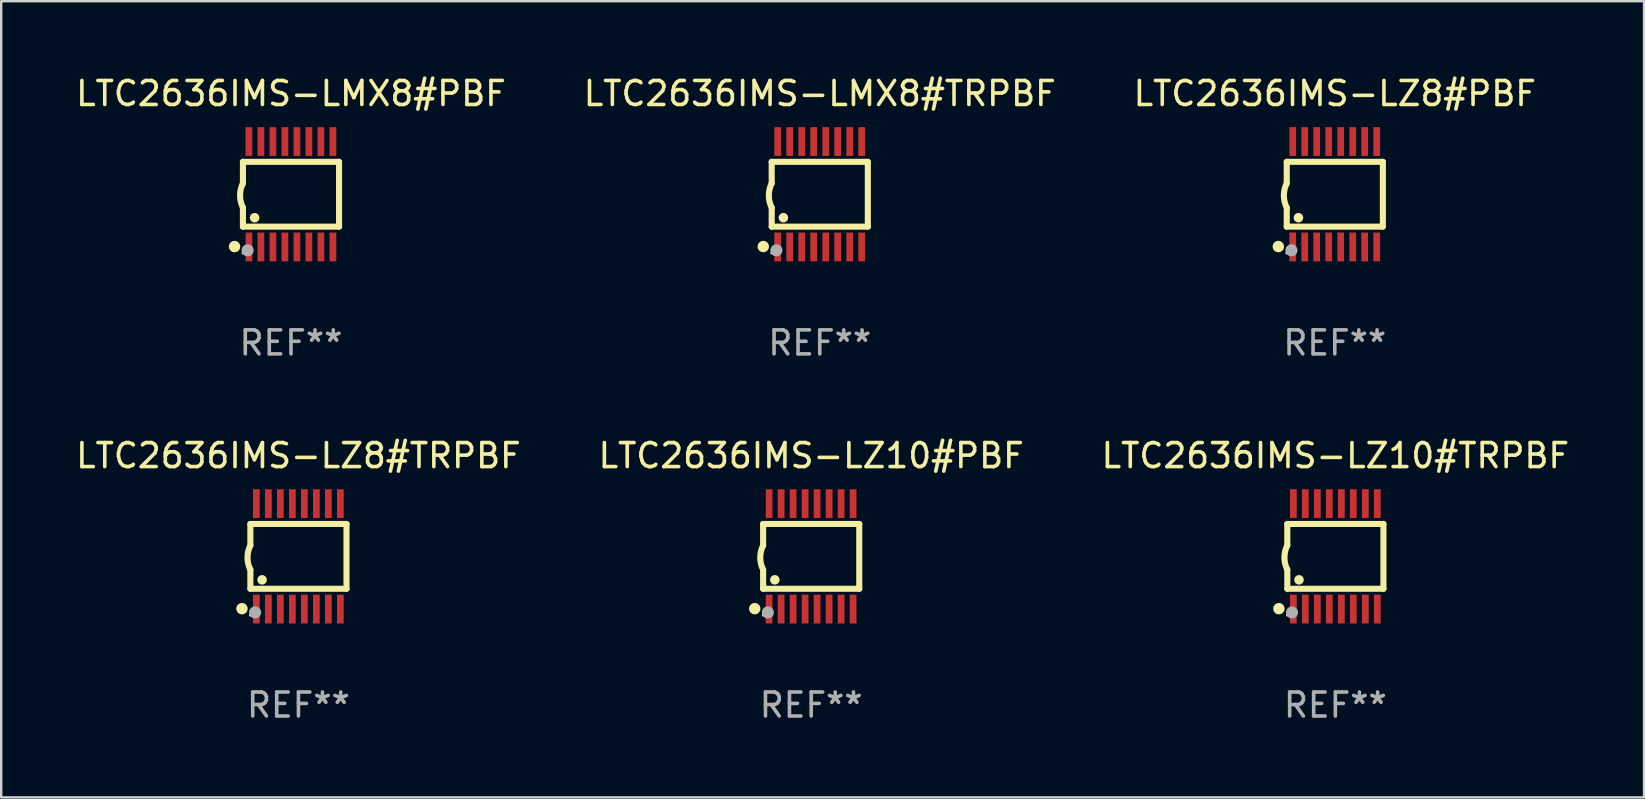
<source format=kicad_pcb>
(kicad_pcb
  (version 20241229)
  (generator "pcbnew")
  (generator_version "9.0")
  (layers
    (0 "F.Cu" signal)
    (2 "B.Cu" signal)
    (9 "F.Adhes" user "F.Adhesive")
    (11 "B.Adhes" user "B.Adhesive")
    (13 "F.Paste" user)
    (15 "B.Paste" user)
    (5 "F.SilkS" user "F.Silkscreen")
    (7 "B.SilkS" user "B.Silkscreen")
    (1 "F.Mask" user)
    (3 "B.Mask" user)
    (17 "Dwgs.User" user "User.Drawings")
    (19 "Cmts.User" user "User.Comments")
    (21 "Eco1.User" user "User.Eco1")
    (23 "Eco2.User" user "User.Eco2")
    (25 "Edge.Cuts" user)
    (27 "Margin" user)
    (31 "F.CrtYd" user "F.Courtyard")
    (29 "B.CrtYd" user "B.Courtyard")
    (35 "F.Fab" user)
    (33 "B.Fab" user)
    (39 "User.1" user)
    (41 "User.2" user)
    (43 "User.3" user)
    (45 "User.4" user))
  (footprint "LTC2636IMS-LMX8#PBF"
    (layer "F.Cu")
    (at 9.077 5.045)
    (property "Reference" "LTC2636IMS-LMX8#PBF" (at 0 -4.197 0) (layer "F.SilkS") (effects (font (size 1 1) (thickness 0.15))))
    (attr through_hole)
    (fp_line (start -2.003 -1.35) (end -2.003 -0.457) (stroke (width 0.254) (type solid)) (layer "F.SilkS"))
    (fp_line (start -2.003 -1.35) (end 2.003 -1.35) (stroke (width 0.254) (type solid)) (layer "F.SilkS"))
    (fp_line (start -2.003 1.35) (end -2.003 0.559) (stroke (width 0.254) (type solid)) (layer "F.SilkS"))
    (fp_line (start -2.003 1.35) (end 2.003 1.35) (stroke (width 0.254) (type solid)) (layer "F.SilkS"))
    (fp_line (start 2.003 -1.35) (end 2.003 1.35) (stroke (width 0.254) (type solid)) (layer "F.SilkS"))
    (fp_arc (start -2.002286 0.558802) (mid -2.122556 0.05092) (end -2.003302 -0.457201) (stroke (width 0.254001) (type solid)) (layer "F.SilkS"))
    (fp_circle (center -2.353 2.18) (end -2.233 2.18) (stroke (width 0.24) (type solid)) (fill no) (layer "F.SilkS"))
    (fp_circle (center -2.003 2.45) (end -1.973 2.45) (stroke (width 0.06) (type solid)) (fill no) (layer "F.SilkS"))
    (fp_circle (center -1.515 0.978) (end -1.415 0.978) (stroke (width 0.2) (type solid)) (fill no) (layer "F.SilkS"))
    (fp_circle (center -1.807 2.337) (end -1.68 2.337) (stroke (width 0.254) (type solid)) (fill no) (layer "F.Fab"))
    (fp_text user "REF**" (at 0 6.197 0) (layer "F.Fab") (effects (font (size 1 1) (thickness 0.15))))
    (pad "1" smd rect (at -1.753 2.197 90) (size 1.2 0.28) (layers "F.Cu" "F.Mask" "F.Paste"))
    (pad "2" smd rect (at -1.253 2.197 90) (size 1.2 0.28) (layers "F.Cu" "F.Mask" "F.Paste"))
    (pad "3" smd rect (at -0.753 2.197 90) (size 1.2 0.28) (layers "F.Cu" "F.Mask" "F.Paste"))
    (pad "4" smd rect (at -0.253 2.197 90) (size 1.2 0.28) (layers "F.Cu" "F.Mask" "F.Paste"))
    (pad "5" smd rect (at 0.247 2.197 90) (size 1.2 0.28) (layers "F.Cu" "F.Mask" "F.Paste"))
    (pad "6" smd rect (at 0.747 2.197 90) (size 1.2 0.28) (layers "F.Cu" "F.Mask" "F.Paste"))
    (pad "7" smd rect (at 1.247 2.197 90) (size 1.2 0.28) (layers "F.Cu" "F.Mask" "F.Paste"))
    (pad "8" smd rect (at 1.747 2.197 90) (size 1.2 0.28) (layers "F.Cu" "F.Mask" "F.Paste"))
    (pad "9" smd rect (at 1.747 -2.197 90) (size 1.2 0.28) (layers "F.Cu" "F.Mask" "F.Paste"))
    (pad "10" smd rect (at 1.247 -2.197 90) (size 1.2 0.28) (layers "F.Cu" "F.Mask" "F.Paste"))
    (pad "11" smd rect (at 0.747 -2.197 90) (size 1.2 0.28) (layers "F.Cu" "F.Mask" "F.Paste"))
    (pad "12" smd rect (at 0.247 -2.197 90) (size 1.2 0.28) (layers "F.Cu" "F.Mask" "F.Paste"))
    (pad "13" smd rect (at -0.253 -2.197 90) (size 1.2 0.28) (layers "F.Cu" "F.Mask" "F.Paste"))
    (pad "14" smd rect (at -0.753 -2.197 90) (size 1.2 0.28) (layers "F.Cu" "F.Mask" "F.Paste"))
    (pad "15" smd rect (at -1.253 -2.197 90) (size 1.2 0.28) (layers "F.Cu" "F.Mask" "F.Paste"))
    (pad "16" smd rect (at -1.753 -2.197 90) (size 1.2 0.28) (layers "F.Cu" "F.Mask" "F.Paste")))
  (footprint "LTC2636IMS-LZ8#PBF"
    (layer "F.Cu")
    (at 52.577 5.045)
    (property "Reference" "LTC2636IMS-LZ8#PBF" (at 0 -4.197 0) (layer "F.SilkS") (effects (font (size 1 1) (thickness 0.15))))
    (attr through_hole)
    (fp_line (start -2.003 -1.35) (end -2.003 -0.457) (stroke (width 0.254) (type solid)) (layer "F.SilkS"))
    (fp_line (start -2.003 -1.35) (end 2.003 -1.35) (stroke (width 0.254) (type solid)) (layer "F.SilkS"))
    (fp_line (start -2.003 1.35) (end -2.003 0.559) (stroke (width 0.254) (type solid)) (layer "F.SilkS"))
    (fp_line (start -2.003 1.35) (end 2.003 1.35) (stroke (width 0.254) (type solid)) (layer "F.SilkS"))
    (fp_line (start 2.003 -1.35) (end 2.003 1.35) (stroke (width 0.254) (type solid)) (layer "F.SilkS"))
    (fp_arc (start -2.002286 0.558802) (mid -2.122556 0.05092) (end -2.003302 -0.457201) (stroke (width 0.254001) (type solid)) (layer "F.SilkS"))
    (fp_circle (center -2.353 2.18) (end -2.233 2.18) (stroke (width 0.24) (type solid)) (fill no) (layer "F.SilkS"))
    (fp_circle (center -2.003 2.45) (end -1.973 2.45) (stroke (width 0.06) (type solid)) (fill no) (layer "F.SilkS"))
    (fp_circle (center -1.515 0.978) (end -1.415 0.978) (stroke (width 0.2) (type solid)) (fill no) (layer "F.SilkS"))
    (fp_circle (center -1.807 2.337) (end -1.68 2.337) (stroke (width 0.254) (type solid)) (fill no) (layer "F.Fab"))
    (fp_text user "REF**" (at 0 6.197 0) (layer "F.Fab") (effects (font (size 1 1) (thickness 0.15))))
    (pad "1" smd rect (at -1.753 2.197 90) (size 1.2 0.28) (layers "F.Cu" "F.Mask" "F.Paste"))
    (pad "2" smd rect (at -1.253 2.197 90) (size 1.2 0.28) (layers "F.Cu" "F.Mask" "F.Paste"))
    (pad "3" smd rect (at -0.753 2.197 90) (size 1.2 0.28) (layers "F.Cu" "F.Mask" "F.Paste"))
    (pad "4" smd rect (at -0.253 2.197 90) (size 1.2 0.28) (layers "F.Cu" "F.Mask" "F.Paste"))
    (pad "5" smd rect (at 0.247 2.197 90) (size 1.2 0.28) (layers "F.Cu" "F.Mask" "F.Paste"))
    (pad "6" smd rect (at 0.747 2.197 90) (size 1.2 0.28) (layers "F.Cu" "F.Mask" "F.Paste"))
    (pad "7" smd rect (at 1.247 2.197 90) (size 1.2 0.28) (layers "F.Cu" "F.Mask" "F.Paste"))
    (pad "8" smd rect (at 1.747 2.197 90) (size 1.2 0.28) (layers "F.Cu" "F.Mask" "F.Paste"))
    (pad "9" smd rect (at 1.747 -2.197 90) (size 1.2 0.28) (layers "F.Cu" "F.Mask" "F.Paste"))
    (pad "10" smd rect (at 1.247 -2.197 90) (size 1.2 0.28) (layers "F.Cu" "F.Mask" "F.Paste"))
    (pad "11" smd rect (at 0.747 -2.197 90) (size 1.2 0.28) (layers "F.Cu" "F.Mask" "F.Paste"))
    (pad "12" smd rect (at 0.247 -2.197 90) (size 1.2 0.28) (layers "F.Cu" "F.Mask" "F.Paste"))
    (pad "13" smd rect (at -0.253 -2.197 90) (size 1.2 0.28) (layers "F.Cu" "F.Mask" "F.Paste"))
    (pad "14" smd rect (at -0.753 -2.197 90) (size 1.2 0.28) (layers "F.Cu" "F.Mask" "F.Paste"))
    (pad "15" smd rect (at -1.253 -2.197 90) (size 1.2 0.28) (layers "F.Cu" "F.Mask" "F.Paste"))
    (pad "16" smd rect (at -1.753 -2.197 90) (size 1.2 0.28) (layers "F.Cu" "F.Mask" "F.Paste")))
  (footprint "LTC2636IMS-LMX8#TRPBF"
    (layer "F.Cu")
    (at 31.113 5.045)
    (property "Reference" "LTC2636IMS-LMX8#TRPBF" (at 0 -4.197 0) (layer "F.SilkS") (effects (font (size 1 1) (thickness 0.15))))
    (attr through_hole)
    (fp_line (start -2.003 -1.35) (end -2.003 -0.457) (stroke (width 0.254) (type solid)) (layer "F.SilkS"))
    (fp_line (start -2.003 -1.35) (end 2.003 -1.35) (stroke (width 0.254) (type solid)) (layer "F.SilkS"))
    (fp_line (start -2.003 1.35) (end -2.003 0.559) (stroke (width 0.254) (type solid)) (layer "F.SilkS"))
    (fp_line (start -2.003 1.35) (end 2.003 1.35) (stroke (width 0.254) (type solid)) (layer "F.SilkS"))
    (fp_line (start 2.003 -1.35) (end 2.003 1.35) (stroke (width 0.254) (type solid)) (layer "F.SilkS"))
    (fp_arc (start -2.002286 0.558802) (mid -2.122556 0.05092) (end -2.003302 -0.457201) (stroke (width 0.254001) (type solid)) (layer "F.SilkS"))
    (fp_circle (center -2.353 2.18) (end -2.233 2.18) (stroke (width 0.24) (type solid)) (fill no) (layer "F.SilkS"))
    (fp_circle (center -2.003 2.45) (end -1.973 2.45) (stroke (width 0.06) (type solid)) (fill no) (layer "F.SilkS"))
    (fp_circle (center -1.515 0.978) (end -1.415 0.978) (stroke (width 0.2) (type solid)) (fill no) (layer "F.SilkS"))
    (fp_circle (center -1.807 2.337) (end -1.68 2.337) (stroke (width 0.254) (type solid)) (fill no) (layer "F.Fab"))
    (fp_text user "REF**" (at 0 6.197 0) (layer "F.Fab") (effects (font (size 1 1) (thickness 0.15))))
    (pad "1" smd rect (at -1.753 2.197 90) (size 1.2 0.28) (layers "F.Cu" "F.Mask" "F.Paste"))
    (pad "2" smd rect (at -1.253 2.197 90) (size 1.2 0.28) (layers "F.Cu" "F.Mask" "F.Paste"))
    (pad "3" smd rect (at -0.753 2.197 90) (size 1.2 0.28) (layers "F.Cu" "F.Mask" "F.Paste"))
    (pad "4" smd rect (at -0.253 2.197 90) (size 1.2 0.28) (layers "F.Cu" "F.Mask" "F.Paste"))
    (pad "5" smd rect (at 0.247 2.197 90) (size 1.2 0.28) (layers "F.Cu" "F.Mask" "F.Paste"))
    (pad "6" smd rect (at 0.747 2.197 90) (size 1.2 0.28) (layers "F.Cu" "F.Mask" "F.Paste"))
    (pad "7" smd rect (at 1.247 2.197 90) (size 1.2 0.28) (layers "F.Cu" "F.Mask" "F.Paste"))
    (pad "8" smd rect (at 1.747 2.197 90) (size 1.2 0.28) (layers "F.Cu" "F.Mask" "F.Paste"))
    (pad "9" smd rect (at 1.747 -2.197 90) (size 1.2 0.28) (layers "F.Cu" "F.Mask" "F.Paste"))
    (pad "10" smd rect (at 1.247 -2.197 90) (size 1.2 0.28) (layers "F.Cu" "F.Mask" "F.Paste"))
    (pad "11" smd rect (at 0.747 -2.197 90) (size 1.2 0.28) (layers "F.Cu" "F.Mask" "F.Paste"))
    (pad "12" smd rect (at 0.247 -2.197 90) (size 1.2 0.28) (layers "F.Cu" "F.Mask" "F.Paste"))
    (pad "13" smd rect (at -0.253 -2.197 90) (size 1.2 0.28) (layers "F.Cu" "F.Mask" "F.Paste"))
    (pad "14" smd rect (at -0.753 -2.197 90) (size 1.2 0.28) (layers "F.Cu" "F.Mask" "F.Paste"))
    (pad "15" smd rect (at -1.253 -2.197 90) (size 1.2 0.28) (layers "F.Cu" "F.Mask" "F.Paste"))
    (pad "16" smd rect (at -1.753 -2.197 90) (size 1.2 0.28) (layers "F.Cu" "F.Mask" "F.Paste")))
  (footprint "LTC2636IMS-LZ8#TRPBF"
    (layer "F.Cu")
    (at 9.387 20.136)
    (property "Reference" "LTC2636IMS-LZ8#TRPBF" (at 0 -4.197 0) (layer "F.SilkS") (effects (font (size 1 1) (thickness 0.15))))
    (attr through_hole)
    (fp_line (start -2.003 -1.35) (end -2.003 -0.457) (stroke (width 0.254) (type solid)) (layer "F.SilkS"))
    (fp_line (start -2.003 -1.35) (end 2.003 -1.35) (stroke (width 0.254) (type solid)) (layer "F.SilkS"))
    (fp_line (start -2.003 1.35) (end -2.003 0.559) (stroke (width 0.254) (type solid)) (layer "F.SilkS"))
    (fp_line (start -2.003 1.35) (end 2.003 1.35) (stroke (width 0.254) (type solid)) (layer "F.SilkS"))
    (fp_line (start 2.003 -1.35) (end 2.003 1.35) (stroke (width 0.254) (type solid)) (layer "F.SilkS"))
    (fp_arc (start -2.002286 0.558802) (mid -2.122556 0.05092) (end -2.003302 -0.457201) (stroke (width 0.254001) (type solid)) (layer "F.SilkS"))
    (fp_circle (center -2.353 2.18) (end -2.233 2.18) (stroke (width 0.24) (type solid)) (fill no) (layer "F.SilkS"))
    (fp_circle (center -2.003 2.45) (end -1.973 2.45) (stroke (width 0.06) (type solid)) (fill no) (layer "F.SilkS"))
    (fp_circle (center -1.515 0.978) (end -1.415 0.978) (stroke (width 0.2) (type solid)) (fill no) (layer "F.SilkS"))
    (fp_circle (center -1.807 2.337) (end -1.68 2.337) (stroke (width 0.254) (type solid)) (fill no) (layer "F.Fab"))
    (fp_text user "REF**" (at 0 6.197 0) (layer "F.Fab") (effects (font (size 1 1) (thickness 0.15))))
    (pad "1" smd rect (at -1.753 2.197 90) (size 1.2 0.28) (layers "F.Cu" "F.Mask" "F.Paste"))
    (pad "2" smd rect (at -1.253 2.197 90) (size 1.2 0.28) (layers "F.Cu" "F.Mask" "F.Paste"))
    (pad "3" smd rect (at -0.753 2.197 90) (size 1.2 0.28) (layers "F.Cu" "F.Mask" "F.Paste"))
    (pad "4" smd rect (at -0.253 2.197 90) (size 1.2 0.28) (layers "F.Cu" "F.Mask" "F.Paste"))
    (pad "5" smd rect (at 0.247 2.197 90) (size 1.2 0.28) (layers "F.Cu" "F.Mask" "F.Paste"))
    (pad "6" smd rect (at 0.747 2.197 90) (size 1.2 0.28) (layers "F.Cu" "F.Mask" "F.Paste"))
    (pad "7" smd rect (at 1.247 2.197 90) (size 1.2 0.28) (layers "F.Cu" "F.Mask" "F.Paste"))
    (pad "8" smd rect (at 1.747 2.197 90) (size 1.2 0.28) (layers "F.Cu" "F.Mask" "F.Paste"))
    (pad "9" smd rect (at 1.747 -2.197 90) (size 1.2 0.28) (layers "F.Cu" "F.Mask" "F.Paste"))
    (pad "10" smd rect (at 1.247 -2.197 90) (size 1.2 0.28) (layers "F.Cu" "F.Mask" "F.Paste"))
    (pad "11" smd rect (at 0.747 -2.197 90) (size 1.2 0.28) (layers "F.Cu" "F.Mask" "F.Paste"))
    (pad "12" smd rect (at 0.247 -2.197 90) (size 1.2 0.28) (layers "F.Cu" "F.Mask" "F.Paste"))
    (pad "13" smd rect (at -0.253 -2.197 90) (size 1.2 0.28) (layers "F.Cu" "F.Mask" "F.Paste"))
    (pad "14" smd rect (at -0.753 -2.197 90) (size 1.2 0.28) (layers "F.Cu" "F.Mask" "F.Paste"))
    (pad "15" smd rect (at -1.253 -2.197 90) (size 1.2 0.28) (layers "F.Cu" "F.Mask" "F.Paste"))
    (pad "16" smd rect (at -1.753 -2.197 90) (size 1.2 0.28) (layers "F.Cu" "F.Mask" "F.Paste")))
  (footprint "LTC2636IMS-LZ10#PBF"
    (layer "F.Cu")
    (at 30.756 20.136)
    (property "Reference" "LTC2636IMS-LZ10#PBF" (at 0 -4.197 0) (layer "F.SilkS") (effects (font (size 1 1) (thickness 0.15))))
    (attr through_hole)
    (fp_line (start -2.003 -1.35) (end -2.003 -0.457) (stroke (width 0.254) (type solid)) (layer "F.SilkS"))
    (fp_line (start -2.003 -1.35) (end 2.003 -1.35) (stroke (width 0.254) (type solid)) (layer "F.SilkS"))
    (fp_line (start -2.003 1.35) (end -2.003 0.559) (stroke (width 0.254) (type solid)) (layer "F.SilkS"))
    (fp_line (start -2.003 1.35) (end 2.003 1.35) (stroke (width 0.254) (type solid)) (layer "F.SilkS"))
    (fp_line (start 2.003 -1.35) (end 2.003 1.35) (stroke (width 0.254) (type solid)) (layer "F.SilkS"))
    (fp_arc (start -2.002286 0.558802) (mid -2.122556 0.05092) (end -2.003302 -0.457201) (stroke (width 0.254001) (type solid)) (layer "F.SilkS"))
    (fp_circle (center -2.353 2.18) (end -2.233 2.18) (stroke (width 0.24) (type solid)) (fill no) (layer "F.SilkS"))
    (fp_circle (center -2.003 2.45) (end -1.973 2.45) (stroke (width 0.06) (type solid)) (fill no) (layer "F.SilkS"))
    (fp_circle (center -1.515 0.978) (end -1.415 0.978) (stroke (width 0.2) (type solid)) (fill no) (layer "F.SilkS"))
    (fp_circle (center -1.807 2.337) (end -1.68 2.337) (stroke (width 0.254) (type solid)) (fill no) (layer "F.Fab"))
    (fp_text user "REF**" (at 0 6.197 0) (layer "F.Fab") (effects (font (size 1 1) (thickness 0.15))))
    (pad "1" smd rect (at -1.753 2.197 90) (size 1.2 0.28) (layers "F.Cu" "F.Mask" "F.Paste"))
    (pad "2" smd rect (at -1.253 2.197 90) (size 1.2 0.28) (layers "F.Cu" "F.Mask" "F.Paste"))
    (pad "3" smd rect (at -0.753 2.197 90) (size 1.2 0.28) (layers "F.Cu" "F.Mask" "F.Paste"))
    (pad "4" smd rect (at -0.253 2.197 90) (size 1.2 0.28) (layers "F.Cu" "F.Mask" "F.Paste"))
    (pad "5" smd rect (at 0.247 2.197 90) (size 1.2 0.28) (layers "F.Cu" "F.Mask" "F.Paste"))
    (pad "6" smd rect (at 0.747 2.197 90) (size 1.2 0.28) (layers "F.Cu" "F.Mask" "F.Paste"))
    (pad "7" smd rect (at 1.247 2.197 90) (size 1.2 0.28) (layers "F.Cu" "F.Mask" "F.Paste"))
    (pad "8" smd rect (at 1.747 2.197 90) (size 1.2 0.28) (layers "F.Cu" "F.Mask" "F.Paste"))
    (pad "9" smd rect (at 1.747 -2.197 90) (size 1.2 0.28) (layers "F.Cu" "F.Mask" "F.Paste"))
    (pad "10" smd rect (at 1.247 -2.197 90) (size 1.2 0.28) (layers "F.Cu" "F.Mask" "F.Paste"))
    (pad "11" smd rect (at 0.747 -2.197 90) (size 1.2 0.28) (layers "F.Cu" "F.Mask" "F.Paste"))
    (pad "12" smd rect (at 0.247 -2.197 90) (size 1.2 0.28) (layers "F.Cu" "F.Mask" "F.Paste"))
    (pad "13" smd rect (at -0.253 -2.197 90) (size 1.2 0.28) (layers "F.Cu" "F.Mask" "F.Paste"))
    (pad "14" smd rect (at -0.753 -2.197 90) (size 1.2 0.28) (layers "F.Cu" "F.Mask" "F.Paste"))
    (pad "15" smd rect (at -1.253 -2.197 90) (size 1.2 0.28) (layers "F.Cu" "F.Mask" "F.Paste"))
    (pad "16" smd rect (at -1.753 -2.197 90) (size 1.2 0.28) (layers "F.Cu" "F.Mask" "F.Paste")))
  (footprint "LTC2636IMS-LZ10#TRPBF"
    (layer "F.Cu")
    (at 52.601 20.136)
    (property "Reference" "LTC2636IMS-LZ10#TRPBF" (at 0 -4.197 0) (layer "F.SilkS") (effects (font (size 1 1) (thickness 0.15))))
    (attr through_hole)
    (fp_line (start -2.003 -1.35) (end -2.003 -0.457) (stroke (width 0.254) (type solid)) (layer "F.SilkS"))
    (fp_line (start -2.003 -1.35) (end 2.003 -1.35) (stroke (width 0.254) (type solid)) (layer "F.SilkS"))
    (fp_line (start -2.003 1.35) (end -2.003 0.559) (stroke (width 0.254) (type solid)) (layer "F.SilkS"))
    (fp_line (start -2.003 1.35) (end 2.003 1.35) (stroke (width 0.254) (type solid)) (layer "F.SilkS"))
    (fp_line (start 2.003 -1.35) (end 2.003 1.35) (stroke (width 0.254) (type solid)) (layer "F.SilkS"))
    (fp_arc (start -2.002286 0.558802) (mid -2.122556 0.05092) (end -2.003302 -0.457201) (stroke (width 0.254001) (type solid)) (layer "F.SilkS"))
    (fp_circle (center -2.353 2.18) (end -2.233 2.18) (stroke (width 0.24) (type solid)) (fill no) (layer "F.SilkS"))
    (fp_circle (center -2.003 2.45) (end -1.973 2.45) (stroke (width 0.06) (type solid)) (fill no) (layer "F.SilkS"))
    (fp_circle (center -1.515 0.978) (end -1.415 0.978) (stroke (width 0.2) (type solid)) (fill no) (layer "F.SilkS"))
    (fp_circle (center -1.807 2.337) (end -1.68 2.337) (stroke (width 0.254) (type solid)) (fill no) (layer "F.Fab"))
    (fp_text user "REF**" (at 0 6.197 0) (layer "F.Fab") (effects (font (size 1 1) (thickness 0.15))))
    (pad "1" smd rect (at -1.753 2.197 90) (size 1.2 0.28) (layers "F.Cu" "F.Mask" "F.Paste"))
    (pad "2" smd rect (at -1.253 2.197 90) (size 1.2 0.28) (layers "F.Cu" "F.Mask" "F.Paste"))
    (pad "3" smd rect (at -0.753 2.197 90) (size 1.2 0.28) (layers "F.Cu" "F.Mask" "F.Paste"))
    (pad "4" smd rect (at -0.253 2.197 90) (size 1.2 0.28) (layers "F.Cu" "F.Mask" "F.Paste"))
    (pad "5" smd rect (at 0.247 2.197 90) (size 1.2 0.28) (layers "F.Cu" "F.Mask" "F.Paste"))
    (pad "6" smd rect (at 0.747 2.197 90) (size 1.2 0.28) (layers "F.Cu" "F.Mask" "F.Paste"))
    (pad "7" smd rect (at 1.247 2.197 90) (size 1.2 0.28) (layers "F.Cu" "F.Mask" "F.Paste"))
    (pad "8" smd rect (at 1.747 2.197 90) (size 1.2 0.28) (layers "F.Cu" "F.Mask" "F.Paste"))
    (pad "9" smd rect (at 1.747 -2.197 90) (size 1.2 0.28) (layers "F.Cu" "F.Mask" "F.Paste"))
    (pad "10" smd rect (at 1.247 -2.197 90) (size 1.2 0.28) (layers "F.Cu" "F.Mask" "F.Paste"))
    (pad "11" smd rect (at 0.747 -2.197 90) (size 1.2 0.28) (layers "F.Cu" "F.Mask" "F.Paste"))
    (pad "12" smd rect (at 0.247 -2.197 90) (size 1.2 0.28) (layers "F.Cu" "F.Mask" "F.Paste"))
    (pad "13" smd rect (at -0.253 -2.197 90) (size 1.2 0.28) (layers "F.Cu" "F.Mask" "F.Paste"))
    (pad "14" smd rect (at -0.753 -2.197 90) (size 1.2 0.28) (layers "F.Cu" "F.Mask" "F.Paste"))
    (pad "15" smd rect (at -1.253 -2.197 90) (size 1.2 0.28) (layers "F.Cu" "F.Mask" "F.Paste"))
    (pad "16" smd rect (at -1.753 -2.197 90) (size 1.2 0.28) (layers "F.Cu" "F.Mask" "F.Paste")))
  (gr_rect
    (start -3 -3)
    (end 65.464 30.181)
    (stroke (width 0.1) (type default))
    (fill no)
    (layer "Edge.Cuts")))
</source>
